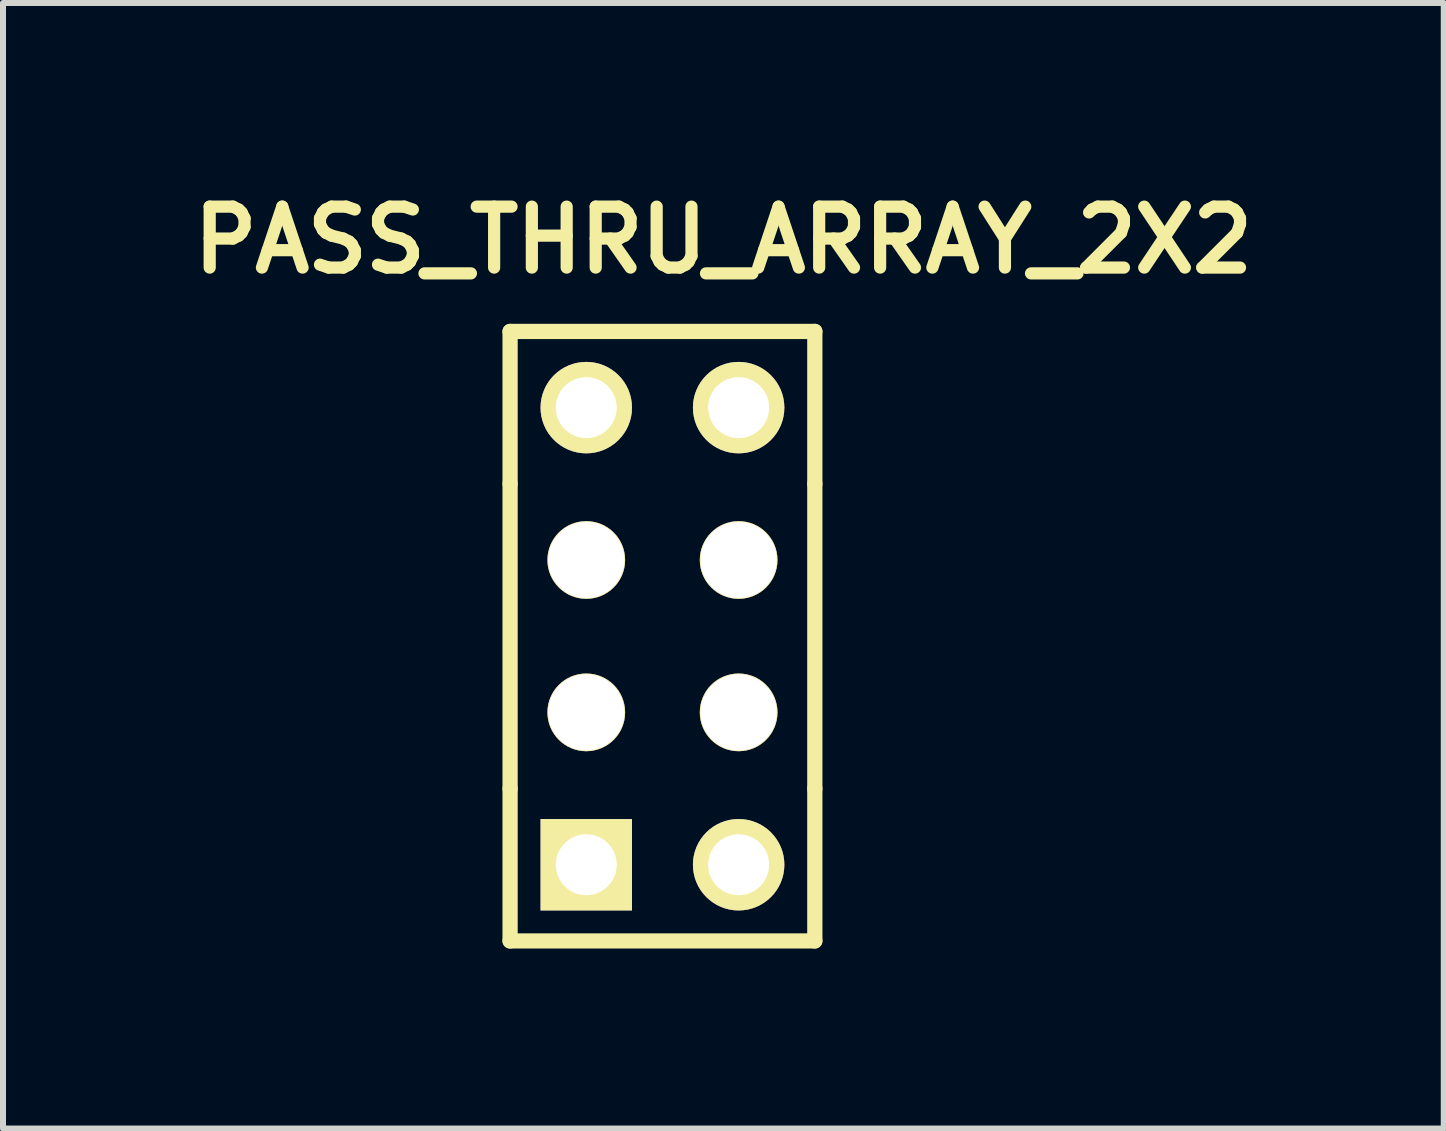
<source format=kicad_pcb>
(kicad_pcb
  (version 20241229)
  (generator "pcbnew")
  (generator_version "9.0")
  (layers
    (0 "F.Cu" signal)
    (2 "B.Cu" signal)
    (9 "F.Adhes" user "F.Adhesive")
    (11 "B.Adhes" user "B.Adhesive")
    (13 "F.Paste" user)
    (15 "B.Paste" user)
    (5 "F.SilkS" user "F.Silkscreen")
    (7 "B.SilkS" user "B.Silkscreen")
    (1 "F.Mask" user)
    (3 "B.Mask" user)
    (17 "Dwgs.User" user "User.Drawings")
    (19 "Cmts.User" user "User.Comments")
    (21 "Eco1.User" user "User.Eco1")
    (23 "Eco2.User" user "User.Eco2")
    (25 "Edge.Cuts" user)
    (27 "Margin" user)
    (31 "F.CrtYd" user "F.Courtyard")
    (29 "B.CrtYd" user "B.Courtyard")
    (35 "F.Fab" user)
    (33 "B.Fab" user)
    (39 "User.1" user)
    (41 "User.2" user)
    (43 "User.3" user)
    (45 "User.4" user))
  (footprint "PASS_THRU_ARRAY_2X2"
    (layer "F.Cu")
    (at 7.993 7.555)
    (property "Reference" "PASS_THRU_ARRAY_2X2" (at 1.016 -6.604 0) (layer "F.SilkS") (effects (font (size 1.016 1.016) (thickness 0.203))))
    (attr through_hole)
    (fp_line (start -2.54 -5.08) (end 2.54 -5.08) (stroke (width 0.254) (type solid)) (layer "F.SilkS"))
    (fp_line (start -2.54 -2.54) (end -2.54 -5.08) (stroke (width 0.254) (type solid)) (layer "F.SilkS"))
    (fp_line (start -2.54 2.54) (end -2.54 -2.54) (stroke (width 0.254) (type solid)) (layer "F.SilkS"))
    (fp_line (start -2.54 2.54) (end -2.54 5.08) (stroke (width 0.254) (type solid)) (layer "F.SilkS"))
    (fp_line (start -2.54 5.08) (end 2.54 5.08) (stroke (width 0.254) (type solid)) (layer "F.SilkS"))
    (fp_line (start 2.54 -5.08) (end 2.54 -2.54) (stroke (width 0.254) (type solid)) (layer "F.SilkS"))
    (fp_line (start 2.54 -2.54) (end 2.54 2.54) (stroke (width 0.254) (type solid)) (layer "F.SilkS"))
    (fp_line (start 2.54 5.08) (end 2.54 2.54) (stroke (width 0.254) (type solid)) (layer "F.SilkS"))
    (pad "" thru_hole circle (at -1.27 -1.27) (size 1.295 1.295) (drill 1.27) (layers "*.Cu" "F.SilkS"))
    (pad "" thru_hole circle (at -1.27 1.27) (size 1.295 1.295) (drill 1.27) (layers "*.Cu" "F.SilkS"))
    (pad "" thru_hole circle (at 1.27 -1.27) (size 1.295 1.295) (drill 1.27) (layers "*.Cu" "F.SilkS"))
    (pad "" thru_hole circle (at 1.27 1.27) (size 1.295 1.295) (drill 1.27) (layers "*.Cu" "F.SilkS"))
    (pad "1" thru_hole rect (at -1.27 3.81) (size 1.524 1.524) (drill 1.016) (layers "*.Cu" "*.Mask" "F.SilkS"))
    (pad "2" thru_hole circle (at -1.27 -3.81) (size 1.524 1.524) (drill 1.016) (layers "*.Cu" "*.Mask" "F.SilkS"))
    (pad "3" thru_hole circle (at 1.27 3.81) (size 1.524 1.524) (drill 1.016) (layers "*.Cu" "*.Mask" "F.SilkS"))
    (pad "4" thru_hole circle (at 1.27 -3.81) (size 1.524 1.524) (drill 1.016) (layers "*.Cu" "*.Mask" "F.SilkS")))
  (gr_rect
    (start -3 -3)
    (end 21.017 15.762)
    (stroke (width 0.1) (type default))
    (fill no)
    (layer "Edge.Cuts")))
</source>
